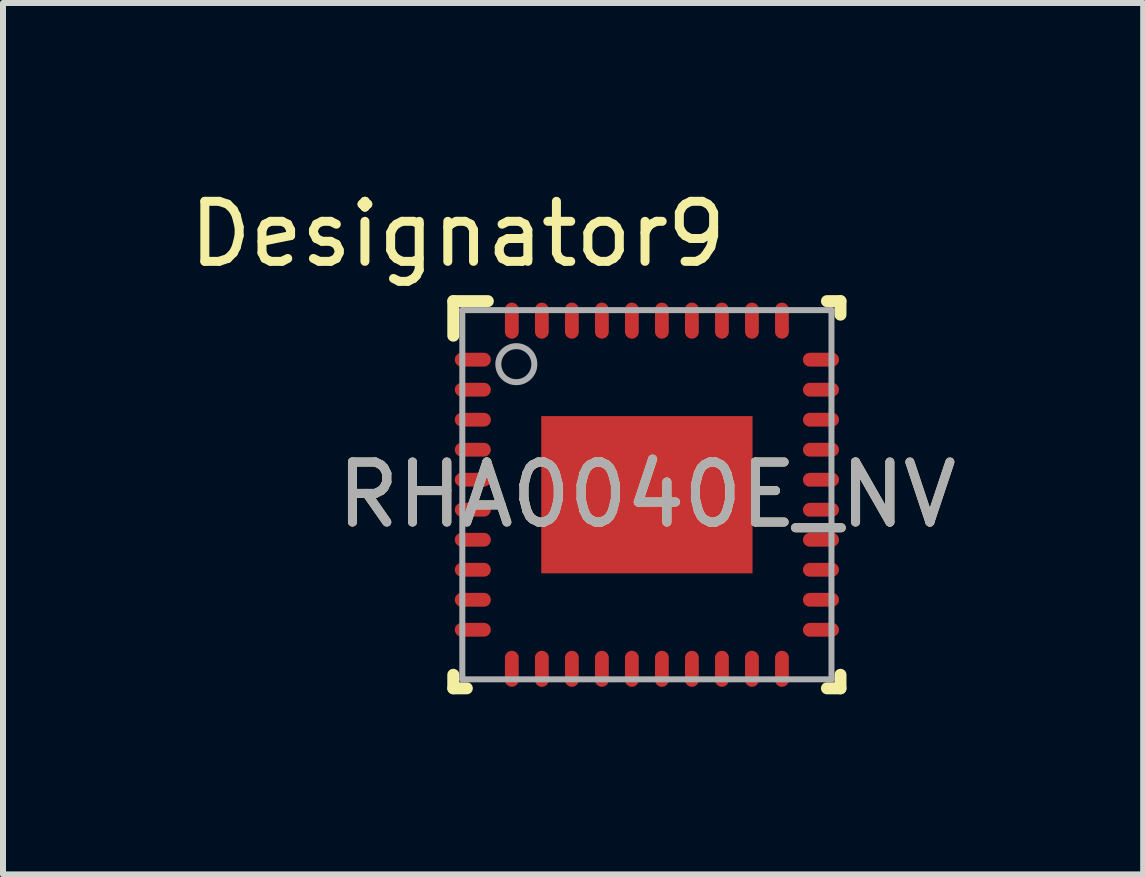
<source format=kicad_pcb>
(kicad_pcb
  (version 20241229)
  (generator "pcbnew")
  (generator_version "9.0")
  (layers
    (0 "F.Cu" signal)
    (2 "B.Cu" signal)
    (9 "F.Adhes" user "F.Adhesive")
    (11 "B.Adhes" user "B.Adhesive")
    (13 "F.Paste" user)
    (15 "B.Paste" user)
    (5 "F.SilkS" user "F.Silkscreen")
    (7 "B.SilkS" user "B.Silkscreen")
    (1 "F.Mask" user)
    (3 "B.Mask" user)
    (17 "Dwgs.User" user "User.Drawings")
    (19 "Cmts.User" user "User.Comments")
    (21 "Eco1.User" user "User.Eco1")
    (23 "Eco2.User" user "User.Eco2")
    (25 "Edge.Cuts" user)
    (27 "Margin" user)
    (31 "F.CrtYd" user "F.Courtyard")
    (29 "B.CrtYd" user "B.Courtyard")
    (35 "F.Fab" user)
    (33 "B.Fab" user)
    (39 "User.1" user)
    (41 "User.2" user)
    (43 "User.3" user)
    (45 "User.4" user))
  (footprint "RHA0040E_NV"
    (layer "F.Cu")
    (at 7.727 5.192)
    (property "Reference" "RHA0040E_NV" (at 0 0 0) (unlocked yes) (layer "F.SilkS") (effects (font (size 1 1) (thickness 0.15))))
    (attr smd)
    (fp_line (start -3.225 -3.225) (end -2.65 -3.225) (stroke (width 0.2) (type solid)) (layer "F.SilkS"))
    (fp_line (start -3.225 -2.65) (end -3.225 -3.225) (stroke (width 0.2) (type solid)) (layer "F.SilkS"))
    (fp_line (start -3.225 3.225) (end -3.225 3) (stroke (width 0.2) (type solid)) (layer "F.SilkS"))
    (fp_line (start -3.225 3.225) (end -3 3.225) (stroke (width 0.2) (type solid)) (layer "F.SilkS"))
    (fp_line (start 3 -3.225) (end 3.225 -3.225) (stroke (width 0.2) (type solid)) (layer "F.SilkS"))
    (fp_line (start 3 3.225) (end 3.225 3.225) (stroke (width 0.2) (type solid)) (layer "F.SilkS"))
    (fp_line (start 3.225 -3) (end 3.225 -3.225) (stroke (width 0.2) (type solid)) (layer "F.SilkS"))
    (fp_line (start 3.225 3.225) (end 3.225 3) (stroke (width 0.2) (type solid)) (layer "F.SilkS"))
    (fp_poly (pts (xy -0.1 -1.253) (xy -1.611 -1.253) (xy -1.611 -0.1) (xy -0.1 -0.1)) (stroke (width 0) (type solid)) (fill yes) (layer "F.Paste"))
    (fp_poly (pts (xy -0.1 0.1) (xy -1.611 0.1) (xy -1.611 1.253) (xy -0.1 1.253)) (stroke (width 0) (type solid)) (fill yes) (layer "F.Paste"))
    (fp_poly (pts (xy 0.1 -0.1) (xy 1.611 -0.1) (xy 1.611 -1.253) (xy 0.1 -1.253)) (stroke (width 0) (type solid)) (fill yes) (layer "F.Paste"))
    (fp_poly (pts (xy 0.1 1.253) (xy 1.611 1.253) (xy 1.611 0.1) (xy 0.1 0.1)) (stroke (width 0) (type solid)) (fill yes) (layer "F.Paste"))
    (fp_line (start -3.075 -3.075) (end 3.075 -3.075) (stroke (width 0.1) (type solid)) (layer "F.Fab"))
    (fp_line (start -3.075 3.075) (end -3.075 -3.075) (stroke (width 0.1) (type solid)) (layer "F.Fab"))
    (fp_line (start -3.075 3.075) (end 3.075 3.075) (stroke (width 0.1) (type solid)) (layer "F.Fab"))
    (fp_line (start 3.075 3.075) (end 3.075 -3.075) (stroke (width 0.1) (type solid)) (layer "F.Fab"))
    (fp_circle (center -2.175 -2.175) (end -1.875 -2.175) (stroke (width 0.1) (type solid)) (fill no) (layer "F.Fab"))
    (fp_text user "Designator9" (at -3.15 -4.343 0) (unlocked yes) (layer "F.SilkS") (effects (font (size 1 1) (thickness 0.15))))
    (fp_text user "${REFERENCE}" (at 0 0 0) (unlocked yes) (layer "F.Fab") (effects (font (size 1 1) (thickness 0.15))))
    (pad "1" smd oval (at -2.9 -2.25 90) (size 0.23 0.6) (layers "F.Cu" "F.Mask" "F.Paste"))
    (pad "2" smd oval (at -2.9 -1.75 90) (size 0.23 0.6) (layers "F.Cu" "F.Mask" "F.Paste"))
    (pad "3" smd oval (at -2.9 -1.25 90) (size 0.23 0.6) (layers "F.Cu" "F.Mask" "F.Paste"))
    (pad "4" smd oval (at -2.9 -0.75 90) (size 0.23 0.6) (layers "F.Cu" "F.Mask" "F.Paste"))
    (pad "5" smd oval (at -2.9 -0.25 90) (size 0.23 0.6) (layers "F.Cu" "F.Mask" "F.Paste"))
    (pad "6" smd oval (at -2.9 0.25 90) (size 0.23 0.6) (layers "F.Cu" "F.Mask" "F.Paste"))
    (pad "7" smd oval (at -2.9 0.75 90) (size 0.23 0.6) (layers "F.Cu" "F.Mask" "F.Paste"))
    (pad "8" smd oval (at -2.9 1.25 90) (size 0.23 0.6) (layers "F.Cu" "F.Mask" "F.Paste"))
    (pad "9" smd oval (at -2.9 1.75 90) (size 0.23 0.6) (layers "F.Cu" "F.Mask" "F.Paste"))
    (pad "10" smd oval (at -2.9 2.25 90) (size 0.23 0.6) (layers "F.Cu" "F.Mask" "F.Paste"))
    (pad "11" smd oval (at -2.25 2.9) (size 0.23 0.6) (layers "F.Cu" "F.Mask" "F.Paste"))
    (pad "12" smd oval (at -1.75 2.9) (size 0.23 0.6) (layers "F.Cu" "F.Mask" "F.Paste"))
    (pad "13" smd oval (at -1.25 2.9) (size 0.23 0.6) (layers "F.Cu" "F.Mask" "F.Paste"))
    (pad "14" smd oval (at -0.75 2.9) (size 0.23 0.6) (layers "F.Cu" "F.Mask" "F.Paste"))
    (pad "15" smd oval (at -0.25 2.9) (size 0.23 0.6) (layers "F.Cu" "F.Mask" "F.Paste"))
    (pad "16" smd oval (at 0.25 2.9) (size 0.23 0.6) (layers "F.Cu" "F.Mask" "F.Paste"))
    (pad "17" smd oval (at 0.75 2.9) (size 0.23 0.6) (layers "F.Cu" "F.Mask" "F.Paste"))
    (pad "18" smd oval (at 1.25 2.9) (size 0.23 0.6) (layers "F.Cu" "F.Mask" "F.Paste"))
    (pad "19" smd oval (at 1.75 2.9) (size 0.23 0.6) (layers "F.Cu" "F.Mask" "F.Paste"))
    (pad "20" smd oval (at 2.25 2.9) (size 0.23 0.6) (layers "F.Cu" "F.Mask" "F.Paste"))
    (pad "21" smd oval (at 2.9 2.25 90) (size 0.23 0.6) (layers "F.Cu" "F.Mask" "F.Paste"))
    (pad "22" smd oval (at 2.9 1.75 90) (size 0.23 0.6) (layers "F.Cu" "F.Mask" "F.Paste"))
    (pad "23" smd oval (at 2.9 1.25 90) (size 0.23 0.6) (layers "F.Cu" "F.Mask" "F.Paste"))
    (pad "24" smd oval (at 2.9 0.75 90) (size 0.23 0.6) (layers "F.Cu" "F.Mask" "F.Paste"))
    (pad "25" smd oval (at 2.9 0.25 90) (size 0.23 0.6) (layers "F.Cu" "F.Mask" "F.Paste"))
    (pad "26" smd oval (at 2.9 -0.25 90) (size 0.23 0.6) (layers "F.Cu" "F.Mask" "F.Paste"))
    (pad "27" smd oval (at 2.9 -0.75 90) (size 0.23 0.6) (layers "F.Cu" "F.Mask" "F.Paste"))
    (pad "28" smd oval (at 2.9 -1.25 90) (size 0.23 0.6) (layers "F.Cu" "F.Mask" "F.Paste"))
    (pad "29" smd oval (at 2.9 -1.75 90) (size 0.23 0.6) (layers "F.Cu" "F.Mask" "F.Paste"))
    (pad "30" smd oval (at 2.9 -2.25 90) (size 0.23 0.6) (layers "F.Cu" "F.Mask" "F.Paste"))
    (pad "31" smd oval (at 2.25 -2.9) (size 0.23 0.6) (layers "F.Cu" "F.Mask" "F.Paste"))
    (pad "32" smd oval (at 1.75 -2.9) (size 0.23 0.6) (layers "F.Cu" "F.Mask" "F.Paste"))
    (pad "33" smd oval (at 1.25 -2.9) (size 0.23 0.6) (layers "F.Cu" "F.Mask" "F.Paste"))
    (pad "34" smd oval (at 0.75 -2.9) (size 0.23 0.6) (layers "F.Cu" "F.Mask" "F.Paste"))
    (pad "35" smd oval (at 0.25 -2.9) (size 0.23 0.6) (layers "F.Cu" "F.Mask" "F.Paste"))
    (pad "36" smd oval (at -0.25 -2.9) (size 0.23 0.6) (layers "F.Cu" "F.Mask" "F.Paste"))
    (pad "37" smd oval (at -0.75 -2.9) (size 0.23 0.6) (layers "F.Cu" "F.Mask" "F.Paste"))
    (pad "38" smd oval (at -1.25 -2.9) (size 0.23 0.6) (layers "F.Cu" "F.Mask" "F.Paste"))
    (pad "39" smd oval (at -1.75 -2.9) (size 0.23 0.6) (layers "F.Cu" "F.Mask" "F.Paste"))
    (pad "40" smd oval (at -2.25 -2.9) (size 0.23 0.6) (layers "F.Cu" "F.Mask" "F.Paste"))
    (pad "41" smd rect (at 0 0) (size 3.52 2.62) (layers "F.Cu" "F.Mask")))
  (gr_rect
    (start -3 -3)
    (end 15.995 11.517)
    (stroke (width 0.1) (type default))
    (fill no)
    (layer "Edge.Cuts")))
</source>
